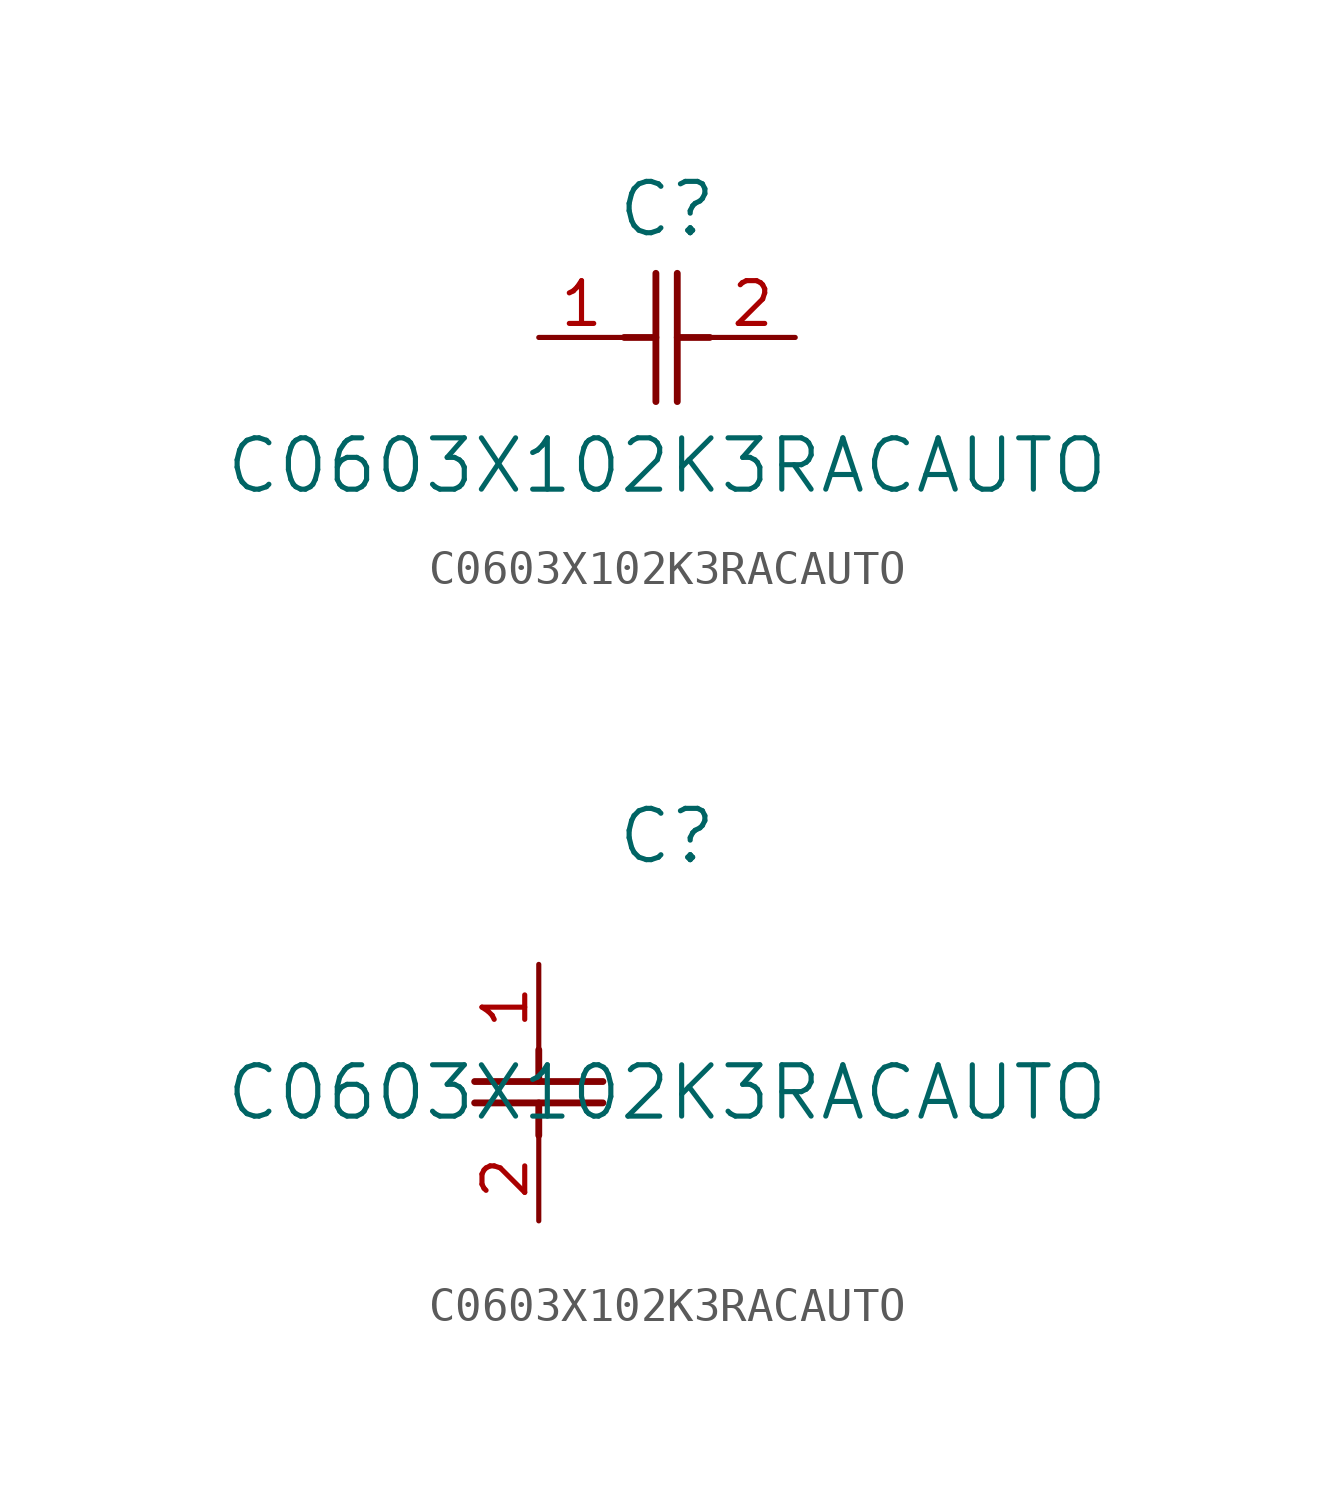
<source format=kicad_sym>
(kicad_symbol_lib
  (version 20211014)
  (generator kicad_symbol_editor)
  (symbol "C0603X102K3RACAUTO"
    (pin_names
      (offset 0.254))
    (property "Reference" "C"
      (at 3.81 3.81 0)
      (effects (font (size 1.524 1.524))))
    (property "Value" "C0603X102K3RACAUTO"
      (at 3.81 -3.81 0)
      (effects (font (size 1.524 1.524))))
    (symbol "C0603X102K3RACAUTO_1_1"
      (polyline (pts (xy 3.48 -1.905) (xy 3.48 1.905)) (stroke (width 0.203) (type default) (color 0 0 0 0)) (fill (type none)))
      (polyline (pts (xy 4.115 -1.905) (xy 4.115 1.905)) (stroke (width 0.203) (type default) (color 0 0 0 0)) (fill (type none)))
      (polyline (pts (xy 4.115 0) (xy 5.08 0)) (stroke (width 0.203) (type default) (color 0 0 0 0)) (fill (type none)))
      (polyline (pts (xy 2.54 0) (xy 3.48 0)) (stroke (width 0.203) (type default) (color 0 0 0 0)) (fill (type none)))
      (pin unspecified line (at 0 0 0) (length 2.54) (name "" (effects (font (size 1.27 1.27)))) (number "1" (effects (font (size 1.27 1.27)))))
      (pin unspecified line (at 7.62 0 180) (length 2.54) (name "" (effects (font (size 1.27 1.27)))) (number "2" (effects (font (size 1.27 1.27))))))
    (symbol "C0603X102K3RACAUTO_1_2"
      (polyline (pts (xy -1.905 -3.48) (xy 1.905 -3.48)) (stroke (width 0.203) (type default) (color 0 0 0 0)) (fill (type none)))
      (polyline (pts (xy -1.905 -4.115) (xy 1.905 -4.115)) (stroke (width 0.203) (type default) (color 0 0 0 0)) (fill (type none)))
      (polyline (pts (xy 0 -4.115) (xy 0 -5.08)) (stroke (width 0.203) (type default) (color 0 0 0 0)) (fill (type none)))
      (polyline (pts (xy 0 -2.54) (xy 0 -3.48)) (stroke (width 0.203) (type default) (color 0 0 0 0)) (fill (type none)))
      (pin unspecified line (at 0 0 270) (length 2.54) (name "" (effects (font (size 1.27 1.27)))) (number "1" (effects (font (size 1.27 1.27)))))
      (pin unspecified line (at 0 -7.62 90) (length 2.54) (name "" (effects (font (size 1.27 1.27)))) (number "2" (effects (font (size 1.27 1.27))))))))
</source>
